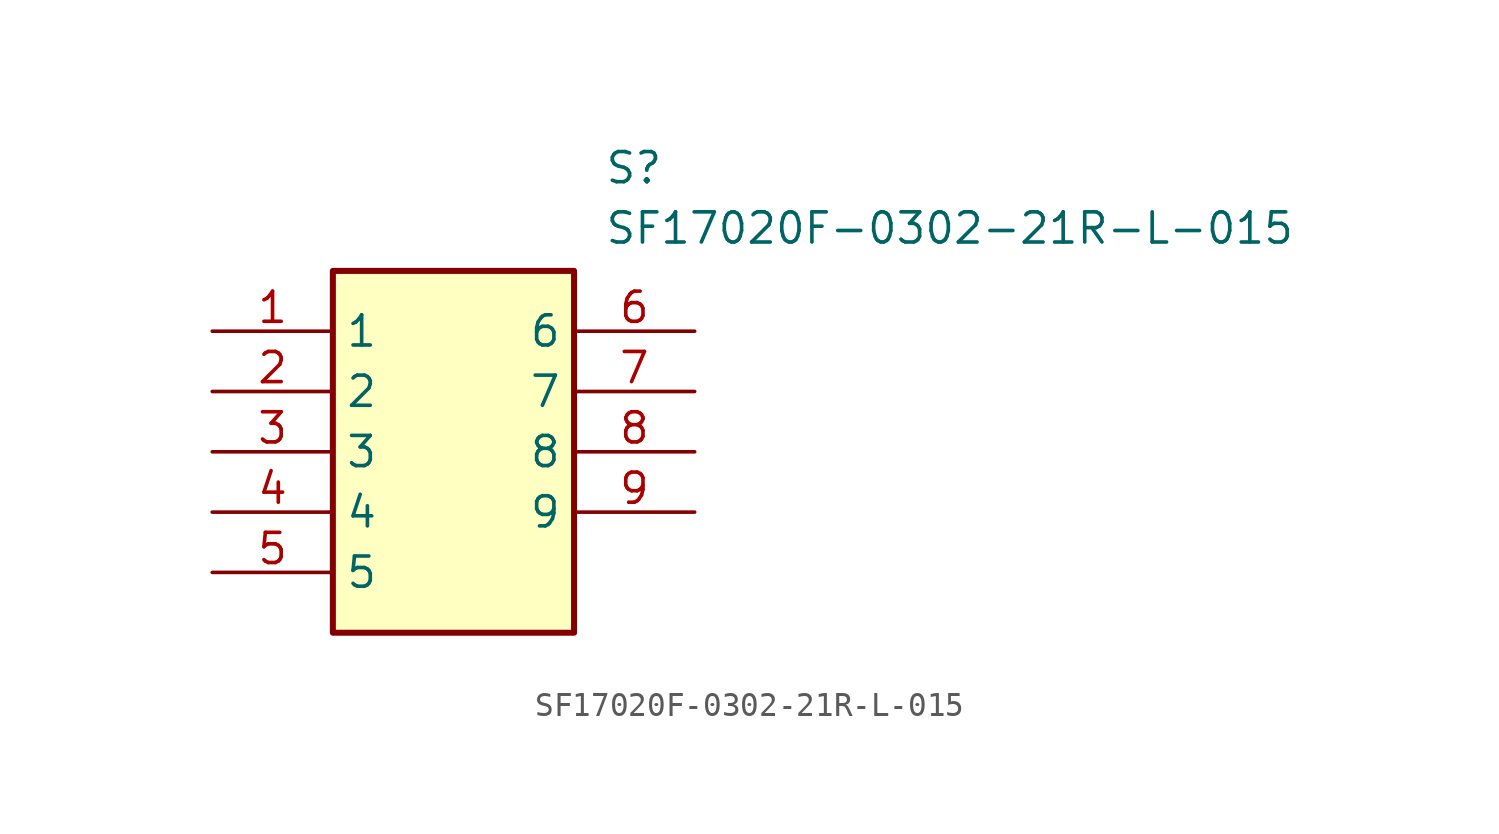
<source format=kicad_sym>
(kicad_symbol_lib
  (version 20211014)
  (generator SamacSys_ECAD_Model)
  (symbol "SF17020F-0302-21R-L-015"
    (property "Reference" "S"
      (at 16.51 7.62 0)
      (effects (font (size 1.27 1.27)) (justify left top)))
    (property "Value" "SF17020F-0302-21R-L-015"
      (at 16.51 5.08 0)
      (effects (font (size 1.27 1.27)) (justify left top)))
    (rectangle
      (start 5.08 2.54)
      (end 15.24 -12.7)
      (stroke (width 0.254) (type default))
      (fill (type background)))
    (pin passive line
      (at 0 0 0)
      (length 5.08)
      (name "1" (effects (font (size 1.27 1.27))))
      (number "1" (effects (font (size 1.27 1.27)))))
    (pin passive line
      (at 0 -2.54 0)
      (length 5.08)
      (name "2" (effects (font (size 1.27 1.27))))
      (number "2" (effects (font (size 1.27 1.27)))))
    (pin passive line
      (at 0 -5.08 0)
      (length 5.08)
      (name "3" (effects (font (size 1.27 1.27))))
      (number "3" (effects (font (size 1.27 1.27)))))
    (pin passive line
      (at 0 -7.62 0)
      (length 5.08)
      (name "4" (effects (font (size 1.27 1.27))))
      (number "4" (effects (font (size 1.27 1.27)))))
    (pin passive line
      (at 0 -10.16 0)
      (length 5.08)
      (name "5" (effects (font (size 1.27 1.27))))
      (number "5" (effects (font (size 1.27 1.27)))))
    (pin passive line
      (at 20.32 0 180)
      (length 5.08)
      (name "6" (effects (font (size 1.27 1.27))))
      (number "6" (effects (font (size 1.27 1.27)))))
    (pin passive line
      (at 20.32 -2.54 180)
      (length 5.08)
      (name "7" (effects (font (size 1.27 1.27))))
      (number "7" (effects (font (size 1.27 1.27)))))
    (pin passive line
      (at 20.32 -5.08 180)
      (length 5.08)
      (name "8" (effects (font (size 1.27 1.27))))
      (number "8" (effects (font (size 1.27 1.27)))))
    (pin passive line
      (at 20.32 -7.62 180)
      (length 5.08)
      (name "9" (effects (font (size 1.27 1.27))))
      (number "9" (effects (font (size 1.27 1.27)))))))
</source>
